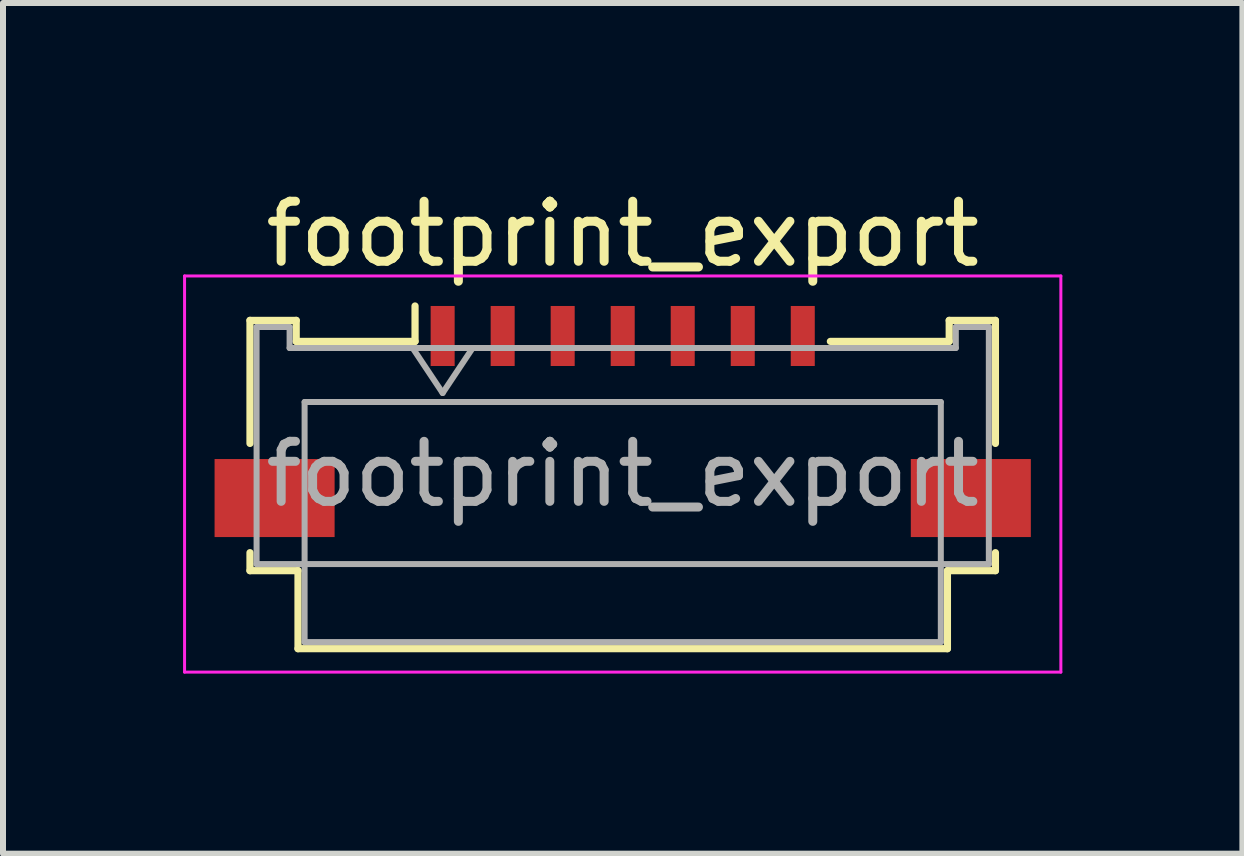
<source format=kicad_pcb>
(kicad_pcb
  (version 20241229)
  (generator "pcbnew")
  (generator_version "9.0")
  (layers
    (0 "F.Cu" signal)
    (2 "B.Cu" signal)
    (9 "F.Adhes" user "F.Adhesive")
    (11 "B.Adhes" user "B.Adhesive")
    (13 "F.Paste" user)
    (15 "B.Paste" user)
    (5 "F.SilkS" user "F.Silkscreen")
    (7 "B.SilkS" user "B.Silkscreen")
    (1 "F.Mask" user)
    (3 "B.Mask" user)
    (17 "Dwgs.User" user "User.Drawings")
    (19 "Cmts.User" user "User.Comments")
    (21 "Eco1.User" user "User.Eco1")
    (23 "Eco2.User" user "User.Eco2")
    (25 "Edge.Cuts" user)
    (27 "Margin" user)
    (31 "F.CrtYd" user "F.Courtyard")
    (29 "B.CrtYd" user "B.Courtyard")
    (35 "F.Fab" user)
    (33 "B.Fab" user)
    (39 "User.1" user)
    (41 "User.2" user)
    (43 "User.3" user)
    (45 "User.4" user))
  (footprint "footprint_export"
    (layer "F.Cu")
    (at 7.325 3.458)
    (property "Reference" "footprint_export" (at 0 -2.61 0) (layer "F.SilkS") (effects (font (size 1 1) (thickness 0.15))))
    (attr smd)
    (fp_line (start -6.21 -1.17) (end -6.21 0.88) (stroke (width 0.12) (type solid)) (layer "F.SilkS"))
    (fp_line (start -6.21 2.7) (end -6.21 3) (stroke (width 0.12) (type solid)) (layer "F.SilkS"))
    (fp_line (start -6.21 3) (end -5.41 3) (stroke (width 0.12) (type solid)) (layer "F.SilkS"))
    (fp_line (start -5.44 -1.17) (end -6.21 -1.17) (stroke (width 0.12) (type solid)) (layer "F.SilkS"))
    (fp_line (start -5.44 -0.82) (end -5.44 -1.17) (stroke (width 0.12) (type solid)) (layer "F.SilkS"))
    (fp_line (start -5.41 3) (end -5.41 4.3) (stroke (width 0.12) (type solid)) (layer "F.SilkS"))
    (fp_line (start -5.41 4.3) (end 5.41 4.3) (stroke (width 0.12) (type solid)) (layer "F.SilkS"))
    (fp_line (start -3.46 -1.41) (end -3.46 -0.82) (stroke (width 0.12) (type solid)) (layer "F.SilkS"))
    (fp_line (start -3.46 -0.82) (end -5.44 -0.82) (stroke (width 0.12) (type solid)) (layer "F.SilkS"))
    (fp_line (start 5.41 3) (end 6.21 3) (stroke (width 0.12) (type solid)) (layer "F.SilkS"))
    (fp_line (start 5.41 4.3) (end 5.41 3) (stroke (width 0.12) (type solid)) (layer "F.SilkS"))
    (fp_line (start 5.44 -1.17) (end 5.44 -0.82) (stroke (width 0.12) (type solid)) (layer "F.SilkS"))
    (fp_line (start 5.44 -0.82) (end 3.46 -0.82) (stroke (width 0.12) (type solid)) (layer "F.SilkS"))
    (fp_line (start 6.21 -1.17) (end 5.44 -1.17) (stroke (width 0.12) (type solid)) (layer "F.SilkS"))
    (fp_line (start 6.21 0.88) (end 6.21 -1.17) (stroke (width 0.12) (type solid)) (layer "F.SilkS"))
    (fp_line (start 6.21 3) (end 6.21 2.7) (stroke (width 0.12) (type solid)) (layer "F.SilkS"))
    (fp_line (start -7.3 -1.91) (end -7.3 4.69) (stroke (width 0.05) (type solid)) (layer "F.CrtYd"))
    (fp_line (start -7.3 4.69) (end 7.3 4.69) (stroke (width 0.05) (type solid)) (layer "F.CrtYd"))
    (fp_line (start 7.3 -1.91) (end -7.3 -1.91) (stroke (width 0.05) (type solid)) (layer "F.CrtYd"))
    (fp_line (start 7.3 4.69) (end 7.3 -1.91) (stroke (width 0.05) (type solid)) (layer "F.CrtYd"))
    (fp_line (start -6.1 -1.06) (end -6.1 2.89) (stroke (width 0.1) (type solid)) (layer "F.Fab"))
    (fp_line (start -6.1 2.89) (end 6.1 2.89) (stroke (width 0.1) (type solid)) (layer "F.Fab"))
    (fp_line (start -5.55 -1.06) (end -6.1 -1.06) (stroke (width 0.1) (type solid)) (layer "F.Fab"))
    (fp_line (start -5.55 -0.71) (end -5.55 -1.06) (stroke (width 0.1) (type solid)) (layer "F.Fab"))
    (fp_line (start -5.3 0.19) (end -5.3 4.19) (stroke (width 0.1) (type solid)) (layer "F.Fab"))
    (fp_line (start -5.3 4.19) (end 5.3 4.19) (stroke (width 0.1) (type solid)) (layer "F.Fab"))
    (fp_line (start -3.5 -0.71) (end -3 0.04) (stroke (width 0.1) (type solid)) (layer "F.Fab"))
    (fp_line (start -3 0.04) (end -2.5 -0.71) (stroke (width 0.1) (type solid)) (layer "F.Fab"))
    (fp_line (start 5.3 0.19) (end -5.3 0.19) (stroke (width 0.1) (type solid)) (layer "F.Fab"))
    (fp_line (start 5.3 4.19) (end 5.3 0.19) (stroke (width 0.1) (type solid)) (layer "F.Fab"))
    (fp_line (start 5.55 -1.06) (end 5.55 -0.71) (stroke (width 0.1) (type solid)) (layer "F.Fab"))
    (fp_line (start 5.55 -0.71) (end -5.55 -0.71) (stroke (width 0.1) (type solid)) (layer "F.Fab"))
    (fp_line (start 6.1 -1.06) (end 5.55 -1.06) (stroke (width 0.1) (type solid)) (layer "F.Fab"))
    (fp_line (start 6.1 2.89) (end 6.1 -1.06) (stroke (width 0.1) (type solid)) (layer "F.Fab"))
    (fp_text user "${REFERENCE}" (at 0 1.39 0) (layer "F.Fab") (effects (font (size 1 1) (thickness 0.15))))
    (pad "1" smd rect (at -3 -0.91) (size 0.4 1) (layers "F.Cu" "F.Mask" "F.Paste"))
    (pad "2" smd rect (at -2 -0.91) (size 0.4 1) (layers "F.Cu" "F.Mask" "F.Paste"))
    (pad "3" smd rect (at -1 -0.91) (size 0.4 1) (layers "F.Cu" "F.Mask" "F.Paste"))
    (pad "4" smd rect (at 0 -0.91) (size 0.4 1) (layers "F.Cu" "F.Mask" "F.Paste"))
    (pad "5" smd rect (at 1 -0.91) (size 0.4 1) (layers "F.Cu" "F.Mask" "F.Paste"))
    (pad "6" smd rect (at 2 -0.91) (size 0.4 1) (layers "F.Cu" "F.Mask" "F.Paste"))
    (pad "7" smd rect (at 3 -0.91) (size 0.4 1) (layers "F.Cu" "F.Mask" "F.Paste"))
    (pad "MP" smd rect (at -5.8 1.79) (size 2 1.3) (layers "F.Cu" "F.Mask" "F.Paste"))
    (pad "MP" smd rect (at 5.8 1.79) (size 2 1.3) (layers "F.Cu" "F.Mask" "F.Paste")))
  (gr_rect
    (start -3 -3)
    (end 17.65 11.173)
    (stroke (width 0.1) (type default))
    (fill no)
    (layer "Edge.Cuts")))
</source>
